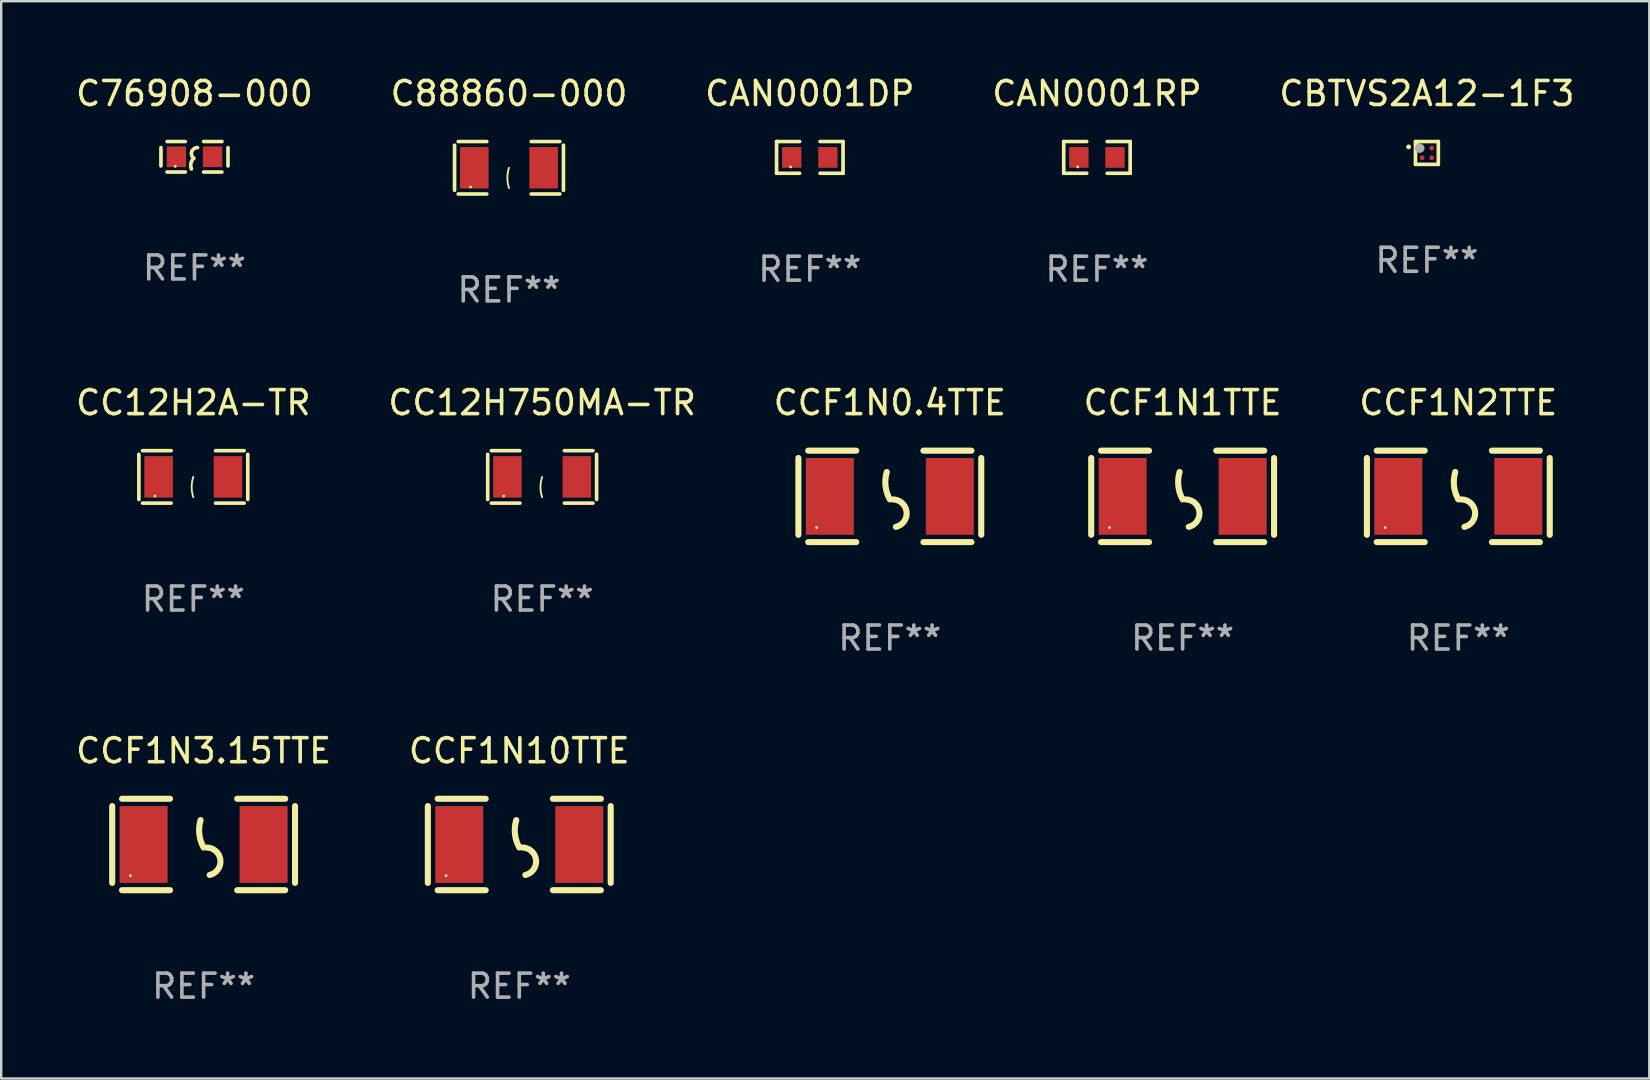
<source format=kicad_pcb>
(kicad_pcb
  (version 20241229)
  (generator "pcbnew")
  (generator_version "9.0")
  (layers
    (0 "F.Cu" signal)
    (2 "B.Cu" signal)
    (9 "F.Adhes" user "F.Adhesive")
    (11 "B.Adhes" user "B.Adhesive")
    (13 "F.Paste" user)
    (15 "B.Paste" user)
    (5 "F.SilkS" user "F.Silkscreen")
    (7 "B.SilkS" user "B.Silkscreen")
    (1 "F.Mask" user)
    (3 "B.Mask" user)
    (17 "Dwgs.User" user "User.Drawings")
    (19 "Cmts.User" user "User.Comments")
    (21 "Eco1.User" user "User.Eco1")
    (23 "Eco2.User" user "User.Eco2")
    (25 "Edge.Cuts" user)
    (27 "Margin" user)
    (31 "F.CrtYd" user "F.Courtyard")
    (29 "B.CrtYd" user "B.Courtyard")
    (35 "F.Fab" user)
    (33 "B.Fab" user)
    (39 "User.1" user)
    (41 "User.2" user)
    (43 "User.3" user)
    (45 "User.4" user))
  (footprint "CCF1N1TTE"
    (layer "F.Cu")
    (at 46.232 17.635)
    (property "Reference" "CCF1N1TTE" (at 0 -3.905 0) (layer "F.SilkS") (effects (font (size 1 1) (thickness 0.15))))
    (attr through_hole)
    (fp_line (start -3.81 -1.6) (end -3.81 1.6) (stroke (width 0.254) (type solid)) (layer "F.SilkS"))
    (fp_line (start -3.4 -1.905) (end -1.4 -1.905) (stroke (width 0.254) (type solid)) (layer "F.SilkS"))
    (fp_line (start -3.4 1.905) (end -1.4 1.905) (stroke (width 0.254) (type solid)) (layer "F.SilkS"))
    (fp_line (start 1.4 -1.905) (end 3.4 -1.905) (stroke (width 0.254) (type solid)) (layer "F.SilkS"))
    (fp_line (start 1.4 1.905) (end 3.4 1.905) (stroke (width 0.254) (type solid)) (layer "F.SilkS"))
    (fp_line (start 3.81 -1.6) (end 3.81 1.6) (stroke (width 0.254) (type solid)) (layer "F.SilkS"))
    (fp_arc (start 0 0.127) (mid -0.178599 -0.431712) (end -0.127 -1.016002) (stroke (width 0.254001) (type solid)) (layer "F.SilkS"))
    (fp_arc (start 0.126999 0.127) (mid 0.698883 0.642014) (end 0.254001 1.270003) (stroke (width 0.254001) (type solid)) (layer "F.SilkS"))
    (fp_circle (center -3.05 1.3) (end -3.02 1.3) (stroke (width 0.06) (type solid)) (fill no) (layer "F.SilkS"))
    (fp_text user "REF**" (at 0 5.905 0) (layer "F.Fab") (effects (font (size 1 1) (thickness 0.15))))
    (pad "1" smd rect (at -2.5 0) (size 2 3.2) (layers "F.Cu" "F.Mask" "F.Paste"))
    (pad "2" smd rect (at 2.5 0) (size 2 3.2) (layers "F.Cu" "F.Mask" "F.Paste")))
  (footprint "CC12H2A-TR"
    (layer "F.Cu")
    (at 5.006 16.823)
    (property "Reference" "CC12H2A-TR" (at 0 -3.093 0) (layer "F.SilkS") (effects (font (size 1 1) (thickness 0.15))))
    (attr through_hole)
    (fp_line (start -2.269 -0.94) (end -2.269 0.94) (stroke (width 0.152) (type solid)) (layer "F.SilkS"))
    (fp_line (start -2.116 1.093) (end -0.926 1.093) (stroke (width 0.152) (type solid)) (layer "F.SilkS"))
    (fp_line (start -0.926 -1.093) (end -2.116 -1.093) (stroke (width 0.152) (type solid)) (layer "F.SilkS"))
    (fp_line (start 0.926 -1.093) (end 2.116 -1.093) (stroke (width 0.152) (type solid)) (layer "F.SilkS"))
    (fp_line (start 2.116 1.093) (end 0.926 1.093) (stroke (width 0.152) (type solid)) (layer "F.SilkS"))
    (fp_line (start 2.269 -0.94) (end 2.269 0.94) (stroke (width 0.152) (type solid)) (layer "F.SilkS"))
    (fp_arc (start 0 0.844951) (mid -0.068559 0.422475) (end 0 0) (stroke (width 0.0762) (type solid)) (layer "F.SilkS"))
    (fp_circle (center -1.6 0.8) (end -1.57 0.8) (stroke (width 0.06) (type solid)) (fill no) (layer "F.SilkS"))
    (fp_text user "REF**" (at 0 5.093 0) (layer "F.Fab") (effects (font (size 1 1) (thickness 0.15))))
    (pad "1" smd rect (at -1.445 0) (size 1.19 1.728) (layers "F.Cu" "F.Mask" "F.Paste"))
    (pad "2" smd rect (at 1.445 0) (size 1.19 1.728) (layers "F.Cu" "F.Mask" "F.Paste")))
  (footprint "CCF1N0.4TTE"
    (layer "F.Cu")
    (at 34.03 17.635)
    (property "Reference" "CCF1N0.4TTE" (at 0 -3.905 0) (layer "F.SilkS") (effects (font (size 1 1) (thickness 0.15))))
    (attr through_hole)
    (fp_line (start -3.81 -1.6) (end -3.81 1.6) (stroke (width 0.254) (type solid)) (layer "F.SilkS"))
    (fp_line (start -3.4 -1.905) (end -1.4 -1.905) (stroke (width 0.254) (type solid)) (layer "F.SilkS"))
    (fp_line (start -3.4 1.905) (end -1.4 1.905) (stroke (width 0.254) (type solid)) (layer "F.SilkS"))
    (fp_line (start 1.4 -1.905) (end 3.4 -1.905) (stroke (width 0.254) (type solid)) (layer "F.SilkS"))
    (fp_line (start 1.4 1.905) (end 3.4 1.905) (stroke (width 0.254) (type solid)) (layer "F.SilkS"))
    (fp_line (start 3.81 -1.6) (end 3.81 1.6) (stroke (width 0.254) (type solid)) (layer "F.SilkS"))
    (fp_arc (start 0 0.127) (mid -0.178599 -0.431712) (end -0.127 -1.016002) (stroke (width 0.254001) (type solid)) (layer "F.SilkS"))
    (fp_arc (start 0.126999 0.127) (mid 0.698883 0.642014) (end 0.254001 1.270003) (stroke (width 0.254001) (type solid)) (layer "F.SilkS"))
    (fp_circle (center -3.05 1.3) (end -3.02 1.3) (stroke (width 0.06) (type solid)) (fill no) (layer "F.SilkS"))
    (fp_text user "REF**" (at 0 5.905 0) (layer "F.Fab") (effects (font (size 1 1) (thickness 0.15))))
    (pad "1" smd rect (at -2.5 0) (size 2 3.2) (layers "F.Cu" "F.Mask" "F.Paste"))
    (pad "2" smd rect (at 2.5 0) (size 2 3.2) (layers "F.Cu" "F.Mask" "F.Paste")))
  (footprint "C76908-000"
    (layer "F.Cu")
    (at 5.054 3.483)
    (property "Reference" "C76908-000" (at 0 -2.635 0) (layer "F.SilkS") (effects (font (size 1 1) (thickness 0.15))))
    (attr through_hole)
    (fp_line (start -1.397 -0.381) (end -1.397 0.381) (stroke (width 0.152) (type solid)) (layer "F.SilkS"))
    (fp_line (start -0.381 -0.635) (end -1.143 -0.635) (stroke (width 0.152) (type solid)) (layer "F.SilkS"))
    (fp_line (start -0.381 0.635) (end -1.143 0.635) (stroke (width 0.152) (type solid)) (layer "F.SilkS"))
    (fp_line (start 0.381 -0.635) (end 1.143 -0.635) (stroke (width 0.152) (type solid)) (layer "F.SilkS"))
    (fp_line (start 0.381 0.635) (end 1.143 0.635) (stroke (width 0.152) (type solid)) (layer "F.SilkS"))
    (fp_line (start 1.397 -0.381) (end 1.397 0.381) (stroke (width 0.152) (type solid)) (layer "F.SilkS"))
    (fp_arc (start -0.127 0.508001) (mid -0.146523 0.271131) (end -0.030861 0.0635) (stroke (width 0.151994) (type solid)) (layer "F.SilkS"))
    (fp_arc (start -0.03175 0.0635) (mid -0.113571 -0.216321) (end 0.127001 -0.381002) (stroke (width 0.151994) (type solid)) (layer "F.SilkS"))
    (fp_circle (center -0.8 0.4) (end -0.77 0.4) (stroke (width 0.06) (type solid)) (fill no) (layer "F.SilkS"))
    (fp_text user "REF**" (at 0 4.635 0) (layer "F.Fab") (effects (font (size 1 1) (thickness 0.15))))
    (pad "1" smd rect (at -0.753 0) (size 0.806 0.864) (layers "F.Cu" "F.Mask" "F.Paste"))
    (pad "2" smd rect (at 0.753 0) (size 0.806 0.864) (layers "F.Cu" "F.Mask" "F.Paste")))
  (footprint "CBTVS2A12-1F3"
    (layer "F.Cu")
    (at 56.411 3.324)
    (property "Reference" "CBTVS2A12-1F3" (at 0 -2.476 0) (layer "F.SilkS") (effects (font (size 1 1) (thickness 0.15))))
    (attr through_hole)
    (fp_line (start -0.476 -0.476) (end 0.476 -0.476) (stroke (width 0.152) (type solid)) (layer "F.SilkS"))
    (fp_line (start -0.476 0.476) (end -0.476 -0.476) (stroke (width 0.152) (type solid)) (layer "F.SilkS"))
    (fp_line (start 0.476 -0.476) (end 0.476 0.476) (stroke (width 0.152) (type solid)) (layer "F.SilkS"))
    (fp_line (start 0.476 0.476) (end -0.476 0.476) (stroke (width 0.152) (type solid)) (layer "F.SilkS"))
    (fp_circle (center -0.762 -0.254) (end -0.712 -0.254) (stroke (width 0.1) (type solid)) (fill no) (layer "F.SilkS"))
    (fp_circle (center -0.4 -0.4) (end -0.37 -0.4) (stroke (width 0.06) (type solid)) (fill no) (layer "F.SilkS"))
    (fp_circle (center -0.3 -0.2) (end -0.2 -0.2) (stroke (width 0.2) (type solid)) (fill no) (layer "F.Fab"))
    (fp_text user "REF**" (at 0 4.476 0) (layer "F.Fab") (effects (font (size 1 1) (thickness 0.15))))
    (pad "A1" smd circle (at -0.2 -0.2) (size 0.2 0.2) (layers "F.Cu" "F.Mask" "F.Paste"))
    (pad "A2" smd circle (at -0.2 0.2) (size 0.2 0.2) (layers "F.Cu" "F.Mask" "F.Paste"))
    (pad "B1" smd circle (at 0.2 -0.2) (size 0.2 0.2) (layers "F.Cu" "F.Mask" "F.Paste"))
    (pad "B2" smd circle (at 0.2 0.2) (size 0.2 0.2) (layers "F.Cu" "F.Mask" "F.Paste")))
  (footprint "CAN0001RP"
    (layer "F.Cu")
    (at 42.661 3.509)
    (property "Reference" "CAN0001RP" (at 0 -2.661 0) (layer "F.SilkS") (effects (font (size 1 1) (thickness 0.15))))
    (attr through_hole)
    (fp_line (start -1.385 -0.661) (end -0.426 -0.661) (stroke (width 0.152) (type solid)) (layer "F.SilkS"))
    (fp_line (start -1.385 0.661) (end -1.385 -0.661) (stroke (width 0.152) (type solid)) (layer "F.SilkS"))
    (fp_line (start -0.426 0.661) (end -1.385 0.661) (stroke (width 0.152) (type solid)) (layer "F.SilkS"))
    (fp_line (start 0.426 0.661) (end 1.385 0.661) (stroke (width 0.152) (type solid)) (layer "F.SilkS"))
    (fp_line (start 1.385 -0.661) (end 0.426 -0.661) (stroke (width 0.152) (type solid)) (layer "F.SilkS"))
    (fp_line (start 1.385 0.661) (end 1.385 -0.661) (stroke (width 0.152) (type solid)) (layer "F.SilkS"))
    (fp_circle (center -0.8 0.4) (end -0.77 0.4) (stroke (width 0.06) (type solid)) (fill no) (layer "F.SilkS"))
    (fp_text user "REF**" (at 0 4.661 0) (layer "F.Fab") (effects (font (size 1 1) (thickness 0.15))))
    (pad "1" smd rect (at -0.753 0) (size 0.806 0.864) (layers "F.Cu" "F.Mask" "F.Paste"))
    (pad "2" smd rect (at 0.753 0) (size 0.806 0.864) (layers "F.Cu" "F.Mask" "F.Paste")))
  (footprint "CAN0001DP"
    (layer "F.Cu")
    (at 30.696 3.509)
    (property "Reference" "CAN0001DP" (at 0 -2.661 0) (layer "F.SilkS") (effects (font (size 1 1) (thickness 0.15))))
    (attr through_hole)
    (fp_line (start -1.385 -0.661) (end -0.426 -0.661) (stroke (width 0.152) (type solid)) (layer "F.SilkS"))
    (fp_line (start -1.385 0.661) (end -1.385 -0.661) (stroke (width 0.152) (type solid)) (layer "F.SilkS"))
    (fp_line (start -0.426 0.661) (end -1.385 0.661) (stroke (width 0.152) (type solid)) (layer "F.SilkS"))
    (fp_line (start 0.426 0.661) (end 1.385 0.661) (stroke (width 0.152) (type solid)) (layer "F.SilkS"))
    (fp_line (start 1.385 -0.661) (end 0.426 -0.661) (stroke (width 0.152) (type solid)) (layer "F.SilkS"))
    (fp_line (start 1.385 0.661) (end 1.385 -0.661) (stroke (width 0.152) (type solid)) (layer "F.SilkS"))
    (fp_circle (center -0.8 0.4) (end -0.77 0.4) (stroke (width 0.06) (type solid)) (fill no) (layer "F.SilkS"))
    (fp_text user "REF**" (at 0 4.661 0) (layer "F.Fab") (effects (font (size 1 1) (thickness 0.15))))
    (pad "1" smd rect (at -0.753 0) (size 0.806 0.864) (layers "F.Cu" "F.Mask" "F.Paste"))
    (pad "2" smd rect (at 0.753 0) (size 0.806 0.864) (layers "F.Cu" "F.Mask" "F.Paste")))
  (footprint "CCF1N3.15TTE"
    (layer "F.Cu")
    (at 5.435 32.141)
    (property "Reference" "CCF1N3.15TTE" (at 0 -3.905 0) (layer "F.SilkS") (effects (font (size 1 1) (thickness 0.15))))
    (attr through_hole)
    (fp_line (start -3.81 -1.6) (end -3.81 1.6) (stroke (width 0.254) (type solid)) (layer "F.SilkS"))
    (fp_line (start -3.4 -1.905) (end -1.4 -1.905) (stroke (width 0.254) (type solid)) (layer "F.SilkS"))
    (fp_line (start -3.4 1.905) (end -1.4 1.905) (stroke (width 0.254) (type solid)) (layer "F.SilkS"))
    (fp_line (start 1.4 -1.905) (end 3.4 -1.905) (stroke (width 0.254) (type solid)) (layer "F.SilkS"))
    (fp_line (start 1.4 1.905) (end 3.4 1.905) (stroke (width 0.254) (type solid)) (layer "F.SilkS"))
    (fp_line (start 3.81 -1.6) (end 3.81 1.6) (stroke (width 0.254) (type solid)) (layer "F.SilkS"))
    (fp_arc (start 0 0.127) (mid -0.178599 -0.431712) (end -0.127 -1.016002) (stroke (width 0.254001) (type solid)) (layer "F.SilkS"))
    (fp_arc (start 0.126999 0.127) (mid 0.698883 0.642014) (end 0.254001 1.270003) (stroke (width 0.254001) (type solid)) (layer "F.SilkS"))
    (fp_circle (center -3.05 1.3) (end -3.02 1.3) (stroke (width 0.06) (type solid)) (fill no) (layer "F.SilkS"))
    (fp_text user "REF**" (at 0 5.905 0) (layer "F.Fab") (effects (font (size 1 1) (thickness 0.15))))
    (pad "1" smd rect (at -2.5 0) (size 2 3.2) (layers "F.Cu" "F.Mask" "F.Paste"))
    (pad "2" smd rect (at 2.5 0) (size 2 3.2) (layers "F.Cu" "F.Mask" "F.Paste")))
  (footprint "CCF1N10TTE"
    (layer "F.Cu")
    (at 18.589 32.141)
    (property "Reference" "CCF1N10TTE" (at 0 -3.905 0) (layer "F.SilkS") (effects (font (size 1 1) (thickness 0.15))))
    (attr through_hole)
    (fp_line (start -3.81 -1.6) (end -3.81 1.6) (stroke (width 0.254) (type solid)) (layer "F.SilkS"))
    (fp_line (start -3.4 -1.905) (end -1.4 -1.905) (stroke (width 0.254) (type solid)) (layer "F.SilkS"))
    (fp_line (start -3.4 1.905) (end -1.4 1.905) (stroke (width 0.254) (type solid)) (layer "F.SilkS"))
    (fp_line (start 1.4 -1.905) (end 3.4 -1.905) (stroke (width 0.254) (type solid)) (layer "F.SilkS"))
    (fp_line (start 1.4 1.905) (end 3.4 1.905) (stroke (width 0.254) (type solid)) (layer "F.SilkS"))
    (fp_line (start 3.81 -1.6) (end 3.81 1.6) (stroke (width 0.254) (type solid)) (layer "F.SilkS"))
    (fp_arc (start 0 0.127) (mid -0.178599 -0.431712) (end -0.127 -1.016002) (stroke (width 0.254001) (type solid)) (layer "F.SilkS"))
    (fp_arc (start 0.126999 0.127) (mid 0.698883 0.642014) (end 0.254001 1.270003) (stroke (width 0.254001) (type solid)) (layer "F.SilkS"))
    (fp_circle (center -3.05 1.3) (end -3.02 1.3) (stroke (width 0.06) (type solid)) (fill no) (layer "F.SilkS"))
    (fp_text user "REF**" (at 0 5.905 0) (layer "F.Fab") (effects (font (size 1 1) (thickness 0.15))))
    (pad "1" smd rect (at -2.5 0) (size 2 3.2) (layers "F.Cu" "F.Mask" "F.Paste"))
    (pad "2" smd rect (at 2.5 0) (size 2 3.2) (layers "F.Cu" "F.Mask" "F.Paste")))
  (footprint "CCF1N2TTE"
    (layer "F.Cu")
    (at 57.72 17.635)
    (property "Reference" "CCF1N2TTE" (at 0 -3.905 0) (layer "F.SilkS") (effects (font (size 1 1) (thickness 0.15))))
    (attr through_hole)
    (fp_line (start -3.81 -1.6) (end -3.81 1.6) (stroke (width 0.254) (type solid)) (layer "F.SilkS"))
    (fp_line (start -3.4 -1.905) (end -1.4 -1.905) (stroke (width 0.254) (type solid)) (layer "F.SilkS"))
    (fp_line (start -3.4 1.905) (end -1.4 1.905) (stroke (width 0.254) (type solid)) (layer "F.SilkS"))
    (fp_line (start 1.4 -1.905) (end 3.4 -1.905) (stroke (width 0.254) (type solid)) (layer "F.SilkS"))
    (fp_line (start 1.4 1.905) (end 3.4 1.905) (stroke (width 0.254) (type solid)) (layer "F.SilkS"))
    (fp_line (start 3.81 -1.6) (end 3.81 1.6) (stroke (width 0.254) (type solid)) (layer "F.SilkS"))
    (fp_arc (start 0 0.127) (mid -0.178599 -0.431712) (end -0.127 -1.016002) (stroke (width 0.254001) (type solid)) (layer "F.SilkS"))
    (fp_arc (start 0.126999 0.127) (mid 0.698883 0.642014) (end 0.254001 1.270003) (stroke (width 0.254001) (type solid)) (layer "F.SilkS"))
    (fp_circle (center -3.05 1.3) (end -3.02 1.3) (stroke (width 0.06) (type solid)) (fill no) (layer "F.SilkS"))
    (fp_text user "REF**" (at 0 5.905 0) (layer "F.Fab") (effects (font (size 1 1) (thickness 0.15))))
    (pad "1" smd rect (at -2.5 0) (size 2 3.2) (layers "F.Cu" "F.Mask" "F.Paste"))
    (pad "2" smd rect (at 2.5 0) (size 2 3.2) (layers "F.Cu" "F.Mask" "F.Paste")))
  (footprint "C88860-000"
    (layer "F.Cu")
    (at 18.161 3.941)
    (property "Reference" "C88860-000" (at 0 -3.093 0) (layer "F.SilkS") (effects (font (size 1 1) (thickness 0.15))))
    (attr through_hole)
    (fp_line (start -2.269 -0.94) (end -2.269 0.94) (stroke (width 0.152) (type solid)) (layer "F.SilkS"))
    (fp_line (start -2.116 1.093) (end -0.926 1.093) (stroke (width 0.152) (type solid)) (layer "F.SilkS"))
    (fp_line (start -0.926 -1.093) (end -2.116 -1.093) (stroke (width 0.152) (type solid)) (layer "F.SilkS"))
    (fp_line (start 0.926 -1.093) (end 2.116 -1.093) (stroke (width 0.152) (type solid)) (layer "F.SilkS"))
    (fp_line (start 2.116 1.093) (end 0.926 1.093) (stroke (width 0.152) (type solid)) (layer "F.SilkS"))
    (fp_line (start 2.269 -0.94) (end 2.269 0.94) (stroke (width 0.152) (type solid)) (layer "F.SilkS"))
    (fp_arc (start 0 0.844951) (mid -0.068559 0.422475) (end 0 0) (stroke (width 0.0762) (type solid)) (layer "F.SilkS"))
    (fp_circle (center -1.6 0.8) (end -1.57 0.8) (stroke (width 0.06) (type solid)) (fill no) (layer "F.SilkS"))
    (fp_text user "REF**" (at 0 5.093 0) (layer "F.Fab") (effects (font (size 1 1) (thickness 0.15))))
    (pad "1" smd rect (at -1.445 0) (size 1.19 1.728) (layers "F.Cu" "F.Mask" "F.Paste"))
    (pad "2" smd rect (at 1.445 0) (size 1.19 1.728) (layers "F.Cu" "F.Mask" "F.Paste")))
  (footprint "CC12H750MA-TR"
    (layer "F.Cu")
    (at 19.542 16.823)
    (property "Reference" "CC12H750MA-TR" (at 0 -3.093 0) (layer "F.SilkS") (effects (font (size 1 1) (thickness 0.15))))
    (attr through_hole)
    (fp_line (start -2.269 -0.94) (end -2.269 0.94) (stroke (width 0.152) (type solid)) (layer "F.SilkS"))
    (fp_line (start -2.116 1.093) (end -0.926 1.093) (stroke (width 0.152) (type solid)) (layer "F.SilkS"))
    (fp_line (start -0.926 -1.093) (end -2.116 -1.093) (stroke (width 0.152) (type solid)) (layer "F.SilkS"))
    (fp_line (start 0.926 -1.093) (end 2.116 -1.093) (stroke (width 0.152) (type solid)) (layer "F.SilkS"))
    (fp_line (start 2.116 1.093) (end 0.926 1.093) (stroke (width 0.152) (type solid)) (layer "F.SilkS"))
    (fp_line (start 2.269 -0.94) (end 2.269 0.94) (stroke (width 0.152) (type solid)) (layer "F.SilkS"))
    (fp_arc (start 0 0.844951) (mid -0.068559 0.422475) (end 0 0) (stroke (width 0.0762) (type solid)) (layer "F.SilkS"))
    (fp_circle (center -1.6 0.8) (end -1.57 0.8) (stroke (width 0.06) (type solid)) (fill no) (layer "F.SilkS"))
    (fp_text user "REF**" (at 0 5.093 0) (layer "F.Fab") (effects (font (size 1 1) (thickness 0.15))))
    (pad "1" smd rect (at -1.445 0) (size 1.19 1.728) (layers "F.Cu" "F.Mask" "F.Paste"))
    (pad "2" smd rect (at 1.445 0) (size 1.19 1.728) (layers "F.Cu" "F.Mask" "F.Paste")))
  (gr_rect
    (start -3 -3)
    (end 65.679 41.895)
    (stroke (width 0.1) (type default))
    (fill no)
    (layer "Edge.Cuts")))
</source>
